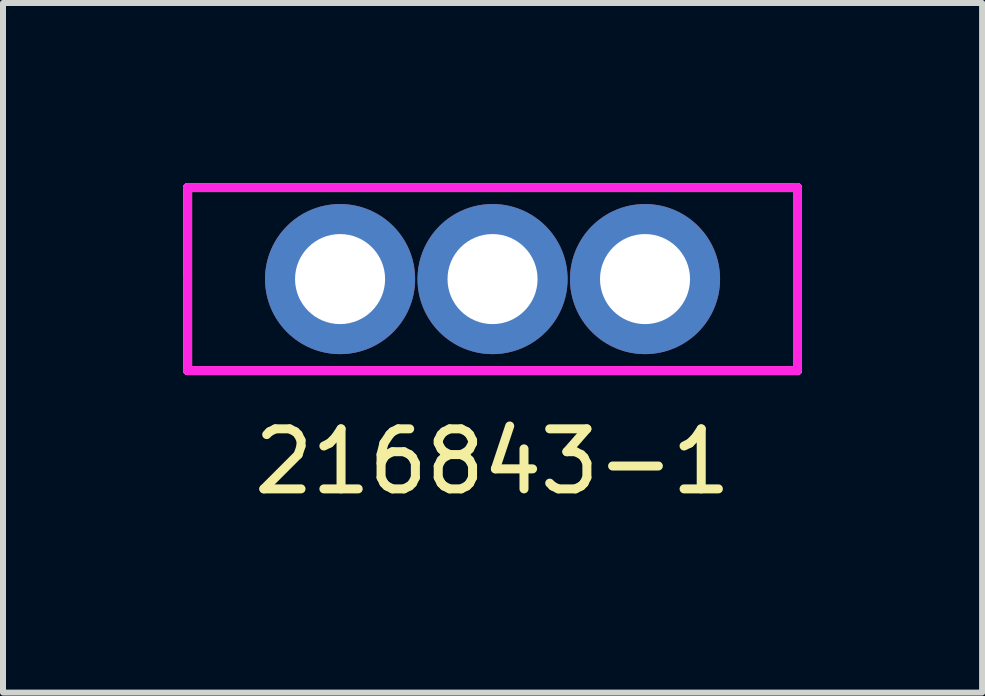
<source format=kicad_pcb>
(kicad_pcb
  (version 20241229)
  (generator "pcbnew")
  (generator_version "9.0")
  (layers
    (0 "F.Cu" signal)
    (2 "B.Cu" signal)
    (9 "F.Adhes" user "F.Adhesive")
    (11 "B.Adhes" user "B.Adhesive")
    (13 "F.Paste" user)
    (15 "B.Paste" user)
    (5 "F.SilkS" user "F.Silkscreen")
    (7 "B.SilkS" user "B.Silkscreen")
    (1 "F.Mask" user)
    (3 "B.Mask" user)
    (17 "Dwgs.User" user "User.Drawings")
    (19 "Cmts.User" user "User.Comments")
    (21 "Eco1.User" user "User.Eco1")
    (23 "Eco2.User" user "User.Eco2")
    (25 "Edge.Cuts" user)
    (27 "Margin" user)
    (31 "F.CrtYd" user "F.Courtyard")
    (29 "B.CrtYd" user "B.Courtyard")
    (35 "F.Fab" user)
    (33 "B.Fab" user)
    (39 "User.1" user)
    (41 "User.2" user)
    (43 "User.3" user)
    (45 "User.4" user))
  (footprint "216843-1"
    (layer "F.Cu")
    (at 5.155 4.139)
    (property "Reference" "216843-1" (at 0 0.5 0) (layer "F.SilkS") (effects (font (size 1 1) (thickness 0.15))))
    (attr through_hole)
    (fp_line (start -5.08 -4.064) (end 5.08 -4.064) (stroke (width 0.15) (type solid)) (layer "F.SilkS"))
    (fp_line (start -5.08 -1.016) (end -5.08 -4.064) (stroke (width 0.15) (type solid)) (layer "F.SilkS"))
    (fp_line (start 5.08 -4.064) (end 5.08 -1.016) (stroke (width 0.15) (type solid)) (layer "F.SilkS"))
    (fp_line (start 5.08 -1.016) (end -5.08 -1.016) (stroke (width 0.15) (type solid)) (layer "F.SilkS"))
    (fp_line (start -5.08 -4.064) (end 5.08 -4.064) (stroke (width 0.15) (type solid)) (layer "F.CrtYd"))
    (fp_line (start -5.08 -2.54) (end -5.08 -4.064) (stroke (width 0.15) (type solid)) (layer "F.CrtYd"))
    (fp_line (start -5.08 -1.016) (end -5.08 -2.54) (stroke (width 0.15) (type solid)) (layer "F.CrtYd"))
    (fp_line (start 5.08 -4.064) (end 5.08 -1.016) (stroke (width 0.15) (type solid)) (layer "F.CrtYd"))
    (fp_line (start 5.08 -1.016) (end -5.08 -1.016) (stroke (width 0.15) (type solid)) (layer "F.CrtYd"))
    (pad "1" thru_hole circle (at -2.54 -2.54) (size 2.5 2.5) (drill 1.5) (layers "*.Cu" "*.Mask"))
    (pad "1" thru_hole circle (at 0 -2.54) (size 2.5 2.5) (drill 1.5) (layers "*.Cu" "*.Mask"))
    (pad "1" thru_hole circle (at 2.54 -2.54) (size 2.5 2.5) (drill 1.5) (layers "*.Cu" "*.Mask")))
  (gr_rect
    (start -3 -3)
    (end 13.31 8.487)
    (stroke (width 0.1) (type default))
    (fill no)
    (layer "Edge.Cuts")))
</source>
